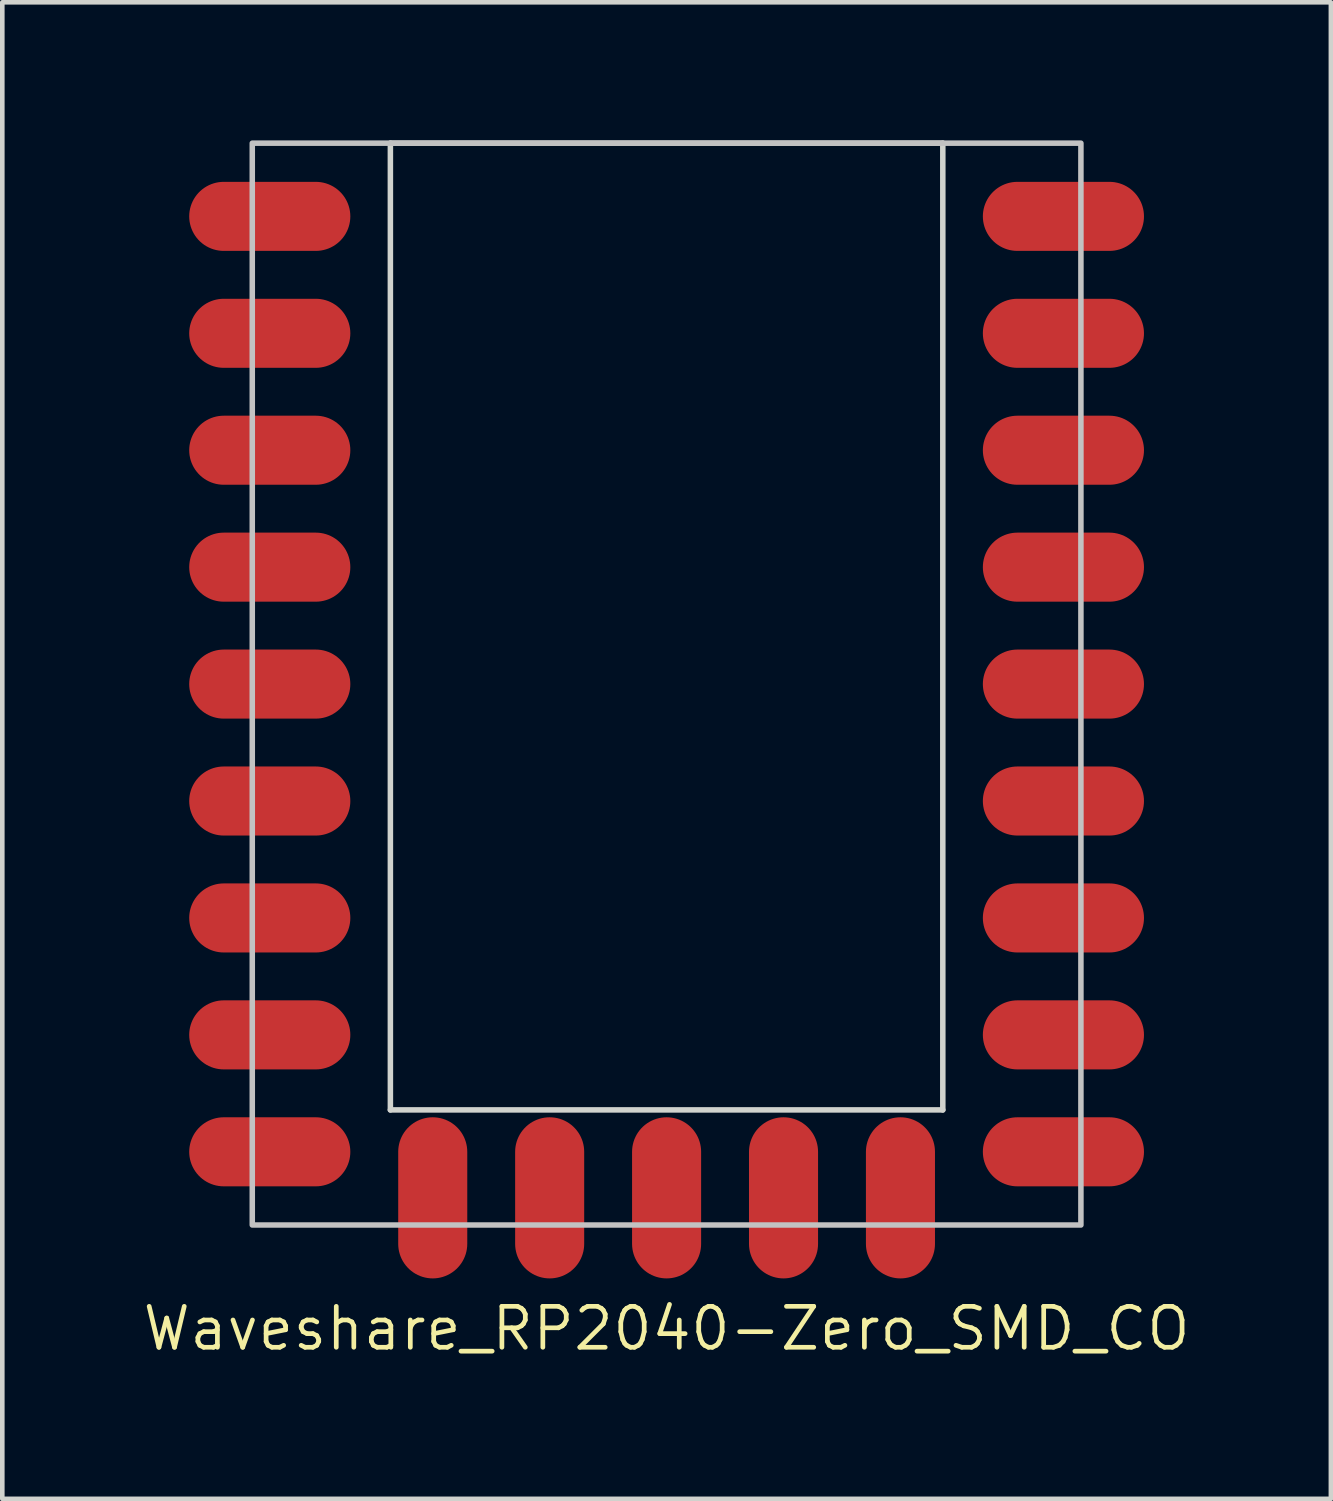
<source format=kicad_pcb>
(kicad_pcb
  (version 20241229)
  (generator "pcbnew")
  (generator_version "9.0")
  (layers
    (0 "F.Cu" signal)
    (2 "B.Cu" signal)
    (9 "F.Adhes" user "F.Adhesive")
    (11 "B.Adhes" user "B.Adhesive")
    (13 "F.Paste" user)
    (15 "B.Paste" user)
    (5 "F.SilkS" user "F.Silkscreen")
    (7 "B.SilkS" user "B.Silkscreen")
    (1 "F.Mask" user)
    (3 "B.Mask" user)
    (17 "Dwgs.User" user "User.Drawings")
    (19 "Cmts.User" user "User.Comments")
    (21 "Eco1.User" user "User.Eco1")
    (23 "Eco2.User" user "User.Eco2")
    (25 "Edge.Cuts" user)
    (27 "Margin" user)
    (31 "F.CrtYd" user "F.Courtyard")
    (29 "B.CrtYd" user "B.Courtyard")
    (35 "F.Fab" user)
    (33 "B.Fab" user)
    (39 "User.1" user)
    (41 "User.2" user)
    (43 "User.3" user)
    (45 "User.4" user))
  (footprint "Waveshare_RP2040-Zero_SMD_CO"
    (layer "F.Cu")
    (at 11.43 11.81)
    (property "Reference" "Waveshare_RP2040-Zero_SMD_CO" (at 0 14 0) (layer "F.SilkS") (effects (font (size 0.889 0.889) (thickness 0.102))))
    (attr smd exclude_from_pos_files)
    (fp_rect (start -9 -11.75) (end 9 11.75) (stroke (width 0.12) (type solid)) (fill no) (layer "Dwgs.User"))
    (fp_line (start -6 -11.75) (end -6 9.25) (stroke (width 0.12) (type solid)) (layer "Edge.Cuts"))
    (fp_line (start -6 -11.75) (end 6 -11.75) (stroke (width 0.12) (type default)) (layer "Edge.Cuts"))
    (fp_line (start -6 9.25) (end 6 9.25) (stroke (width 0.12) (type solid)) (layer "Edge.Cuts"))
    (fp_line (start 6 9.25) (end 6 -11.75) (stroke (width 0.12) (type solid)) (layer "Edge.Cuts"))
    (pad "1" smd oval (at 7.62 -10.16 180) (size 3.5 1.5) (drill (offset -1 0)) (layers "F.Cu" "F.Mask" "F.Paste"))
    (pad "2" smd oval (at 7.62 -7.62 180) (size 3.5 1.5) (drill (offset -1 0)) (layers "F.Cu" "F.Mask" "F.Paste"))
    (pad "3" smd oval (at 7.62 -5.08 180) (size 3.5 1.5) (drill (offset -1 0)) (layers "F.Cu" "F.Mask" "F.Paste"))
    (pad "4" smd oval (at 7.62 -2.54 180) (size 3.5 1.5) (drill (offset -1 0)) (layers "F.Cu" "F.Mask" "F.Paste"))
    (pad "5" smd oval (at 7.62 0 180) (size 3.5 1.5) (drill (offset -1 0)) (layers "F.Cu" "F.Mask" "F.Paste"))
    (pad "6" smd oval (at 7.62 2.54 180) (size 3.5 1.5) (drill (offset -1 0)) (layers "F.Cu" "F.Mask" "F.Paste"))
    (pad "7" smd oval (at 7.62 5.08 180) (size 3.5 1.5) (drill (offset -1 0)) (layers "F.Cu" "F.Mask" "F.Paste"))
    (pad "8" smd oval (at 7.62 7.62 180) (size 3.5 1.5) (drill (offset -1 0)) (layers "F.Cu" "F.Mask" "F.Paste"))
    (pad "9" smd oval (at 7.62 10.16 180) (size 3.5 1.5) (drill (offset -1 0)) (layers "F.Cu" "F.Mask" "F.Paste"))
    (pad "10" smd oval (at 5.08 10.16 90) (size 3.5 1.5) (drill (offset -1 0)) (layers "F.Cu" "F.Mask" "F.Paste"))
    (pad "11" smd oval (at 2.54 10.16 90) (size 3.5 1.5) (drill (offset -1 0)) (layers "F.Cu" "F.Mask" "F.Paste"))
    (pad "12" smd oval (at 0 10.16 90) (size 3.5 1.5) (drill (offset -1 0)) (layers "F.Cu" "F.Mask" "F.Paste"))
    (pad "13" smd oval (at -2.54 10.16 90) (size 3.5 1.5) (drill (offset -1 0)) (layers "F.Cu" "F.Mask" "F.Paste"))
    (pad "14" smd oval (at -5.08 10.16 90) (size 3.5 1.5) (drill (offset -1 0)) (layers "F.Cu" "F.Mask" "F.Paste"))
    (pad "15" smd oval (at -7.62 10.16) (size 3.5 1.5) (drill (offset -1 0)) (layers "F.Cu" "F.Mask" "F.Paste"))
    (pad "16" smd oval (at -7.62 7.62) (size 3.5 1.5) (drill (offset -1 0)) (layers "F.Cu" "F.Mask" "F.Paste"))
    (pad "17" smd oval (at -7.62 5.08) (size 3.5 1.5) (drill (offset -1 0)) (layers "F.Cu" "F.Mask" "F.Paste"))
    (pad "18" smd oval (at -7.62 2.54) (size 3.5 1.5) (drill (offset -1 0)) (layers "F.Cu" "F.Mask" "F.Paste"))
    (pad "19" smd oval (at -7.62 0) (size 3.5 1.5) (drill (offset -1 0)) (layers "F.Cu" "F.Mask" "F.Paste"))
    (pad "20" smd oval (at -7.62 -2.54) (size 3.5 1.5) (drill (offset -1 0)) (layers "F.Cu" "F.Mask" "F.Paste"))
    (pad "21" smd oval (at -7.62 -5.08) (size 3.5 1.5) (drill (offset -1 0)) (layers "F.Cu" "F.Mask" "F.Paste"))
    (pad "22" smd oval (at -7.62 -7.62) (size 3.5 1.5) (drill (offset -1 0)) (layers "F.Cu" "F.Mask" "F.Paste"))
    (pad "23" smd oval (at -7.62 -10.16) (size 3.5 1.5) (drill (offset -1 0)) (layers "F.Cu" "F.Mask" "F.Paste")))
  (gr_rect
    (start -3 -3)
    (end 25.86 29.508)
    (stroke (width 0.1) (type default))
    (fill no)
    (layer "Edge.Cuts")))
</source>
